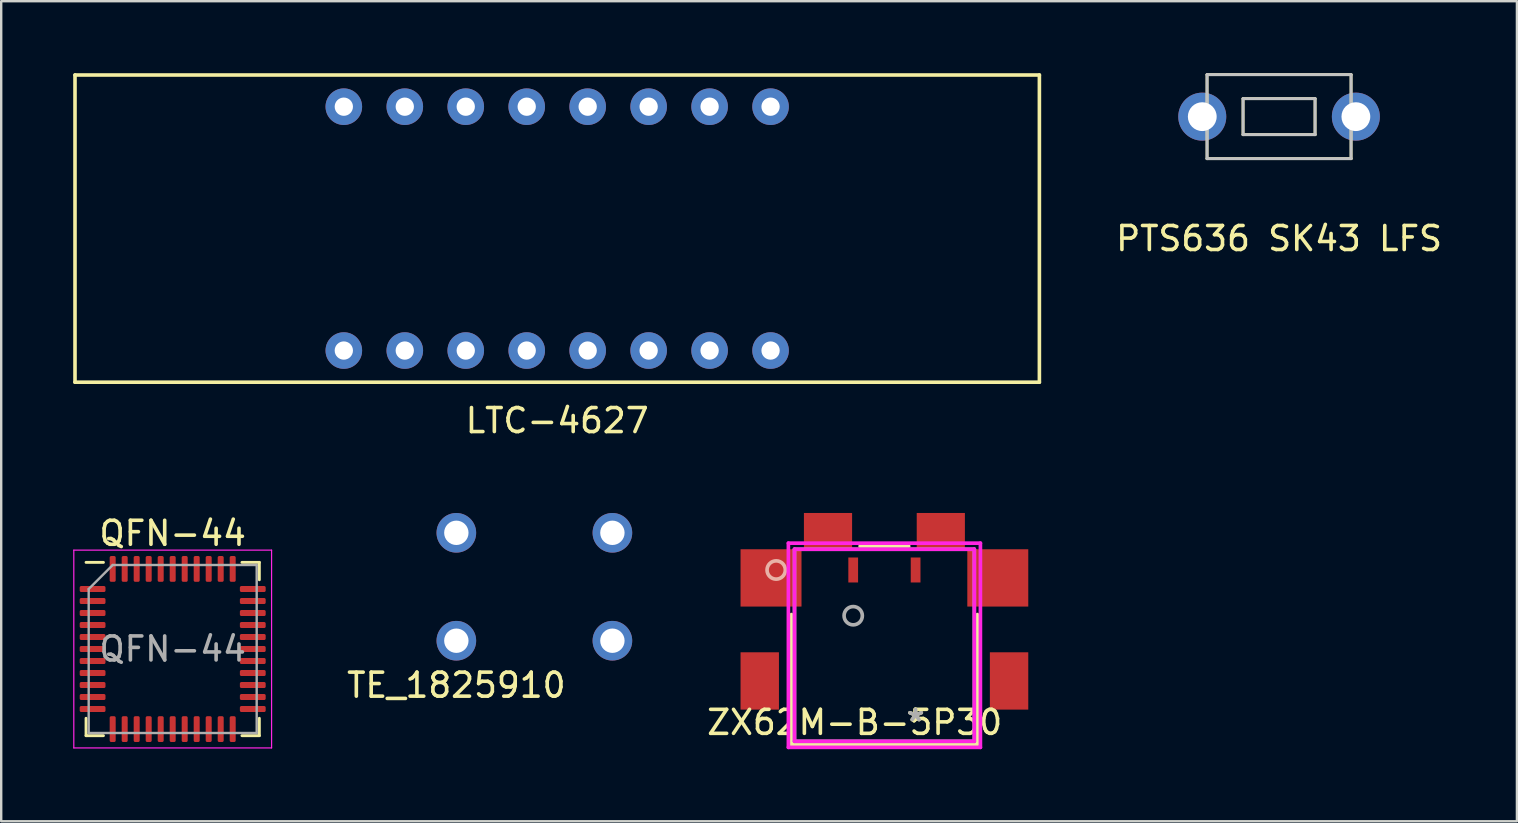
<source format=kicad_pcb>
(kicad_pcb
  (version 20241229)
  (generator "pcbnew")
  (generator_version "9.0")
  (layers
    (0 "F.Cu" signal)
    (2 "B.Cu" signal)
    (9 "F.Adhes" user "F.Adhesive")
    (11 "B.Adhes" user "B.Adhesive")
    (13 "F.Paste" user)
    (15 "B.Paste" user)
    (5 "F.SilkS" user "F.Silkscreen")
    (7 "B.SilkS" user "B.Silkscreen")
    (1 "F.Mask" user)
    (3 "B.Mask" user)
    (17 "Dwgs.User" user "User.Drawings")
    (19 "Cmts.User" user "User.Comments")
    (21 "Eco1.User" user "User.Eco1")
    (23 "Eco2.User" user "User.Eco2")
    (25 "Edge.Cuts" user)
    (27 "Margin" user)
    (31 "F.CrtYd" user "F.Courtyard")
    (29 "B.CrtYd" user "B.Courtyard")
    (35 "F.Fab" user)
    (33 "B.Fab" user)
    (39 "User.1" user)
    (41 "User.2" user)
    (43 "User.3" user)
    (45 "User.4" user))
  (footprint "ZX62M-B-5P30"
    (layer "F.Cu")
    (at 35.098 20.698)
    (property "Reference" "ZX62M-B-5P30" (at -2.54 6.35 0) (layer "F.SilkS") (effects (font (size 1 1) (thickness 0.15))))
    (attr through_hole)
    (fp_line (start -5.173 1.857) (end -5.173 7.264) (stroke (width 0.152) (type solid)) (layer "F.SilkS"))
    (fp_line (start -5.173 7.264) (end 2.574 7.264) (stroke (width 0.152) (type solid)) (layer "F.SilkS"))
    (fp_line (start -0.287 -0.991) (end -2.313 -0.991) (stroke (width 0.152) (type solid)) (layer "F.SilkS"))
    (fp_line (start 2.574 7.264) (end 2.574 1.857) (stroke (width 0.152) (type solid)) (layer "F.SilkS"))
    (fp_circle (center -5.809 0) (end -5.428 0) (stroke (width 0.152) (type solid)) (fill no) (layer "B.SilkS"))
    (fp_line (start -5.301 -1.118) (end -5.301 7.391) (stroke (width 0.152) (type solid)) (layer "F.CrtYd"))
    (fp_line (start -5.301 7.391) (end 2.7 7.391) (stroke (width 0.152) (type solid)) (layer "F.CrtYd"))
    (fp_line (start -5.046 -0.864) (end -5.046 7.137) (stroke (width 0.152) (type solid)) (layer "F.CrtYd"))
    (fp_line (start -5.046 7.137) (end 2.446 7.137) (stroke (width 0.152) (type solid)) (layer "F.CrtYd"))
    (fp_line (start 2.446 -0.864) (end -5.046 -0.864) (stroke (width 0.152) (type solid)) (layer "F.CrtYd"))
    (fp_line (start 2.446 7.137) (end 2.446 -0.864) (stroke (width 0.152) (type solid)) (layer "F.CrtYd"))
    (fp_line (start 2.7 -1.118) (end -5.301 -1.118) (stroke (width 0.152) (type solid)) (layer "F.CrtYd"))
    (fp_line (start 2.7 7.391) (end 2.7 -1.118) (stroke (width 0.152) (type solid)) (layer "F.CrtYd"))
    (fp_line (start -5.046 -0.864) (end -5.046 7.137) (stroke (width 0.152) (type solid)) (layer "F.Fab"))
    (fp_line (start -5.046 7.137) (end 2.446 7.137) (stroke (width 0.152) (type solid)) (layer "F.Fab"))
    (fp_line (start 2.446 -0.864) (end -5.046 -0.864) (stroke (width 0.152) (type solid)) (layer "F.Fab"))
    (fp_line (start 2.446 7.137) (end 2.446 -0.864) (stroke (width 0.152) (type solid)) (layer "F.Fab"))
    (fp_circle (center -2.6 1.905) (end -2.219 1.905) (stroke (width 0.152) (type solid)) (fill no) (layer "F.Fab"))
    (fp_text user "*" (at 0 6.35 0) (layer "F.SilkS") (effects (font (size 1 1) (thickness 0.15))))
    (fp_text user "*" (at 0 6.35 0) (layer "F.Fab") (effects (font (size 1 1) (thickness 0.15))))
    (pad "1" smd rect (at -2.6 0) (size 0.406 1.041) (layers "F.Cu" "F.Mask" "F.Paste"))
    (pad "5" smd rect (at 0 0) (size 0.406 1.041) (layers "F.Cu" "F.Mask" "F.Paste"))
    (pad "6" smd rect (at -3.65 -1.626) (size 2.007 1.499) (layers "F.Cu" "F.Mask" "F.Paste"))
    (pad "7" smd rect (at 1.05 -1.626) (size 2.007 1.499) (layers "F.Cu" "F.Mask" "F.Paste"))
    (pad "8" smd rect (at -6.024 0.33) (size 2.54 2.388) (layers "F.Cu" "F.Mask" "F.Paste"))
    (pad "9" smd rect (at 3.424 0.33) (size 2.54 2.388) (layers "F.Cu" "F.Mask" "F.Paste"))
    (pad "10" smd rect (at -6.494 4.623) (size 1.6 2.388) (layers "F.Cu" "F.Mask" "F.Paste"))
    (pad "11" smd rect (at 3.894 4.623) (size 1.6 2.388) (layers "F.Cu" "F.Mask" "F.Paste")))
  (footprint "PTS636 SK43 LFS"
    (layer "F.Cu")
    (at 50.241 1.81)
    (property "Reference" "PTS636 SK43 LFS" (at 0 5.08 0) (unlocked yes) (layer "F.SilkS") (effects (font (size 1 1) (thickness 0.15))))
    (attr through_hole)
    (fp_line (start -3 -1.75) (end -3 1.75) (stroke (width 0.12) (type solid)) (layer "F.SilkS"))
    (fp_line (start -3 1.75) (end 3 1.75) (stroke (width 0.12) (type solid)) (layer "F.SilkS"))
    (fp_line (start -1.5 -0.75) (end -1.5 0.75) (stroke (width 0.12) (type solid)) (layer "F.SilkS"))
    (fp_line (start -1.5 0.75) (end 1.5 0.75) (stroke (width 0.12) (type solid)) (layer "F.SilkS"))
    (fp_line (start 1.5 -0.75) (end -1.5 -0.75) (stroke (width 0.12) (type solid)) (layer "F.SilkS"))
    (fp_line (start 1.5 0.75) (end 1.5 -0.75) (stroke (width 0.12) (type solid)) (layer "F.SilkS"))
    (fp_line (start 3 -1.75) (end -3 -1.75) (stroke (width 0.12) (type solid)) (layer "F.SilkS"))
    (fp_line (start 3 1.75) (end 3 -1.75) (stroke (width 0.12) (type solid)) (layer "F.SilkS"))
    (fp_line (start -3 -1.75) (end -3 1.75) (stroke (width 0.12) (type solid)) (layer "Dwgs.User"))
    (fp_line (start -3 1.75) (end 3 1.75) (stroke (width 0.12) (type solid)) (layer "Dwgs.User"))
    (fp_line (start -1.5 -0.75) (end -1.5 0.75) (stroke (width 0.12) (type solid)) (layer "Dwgs.User"))
    (fp_line (start -1.5 0.75) (end 1.5 0.75) (stroke (width 0.12) (type solid)) (layer "Dwgs.User"))
    (fp_line (start 1.5 -0.75) (end -1.5 -0.75) (stroke (width 0.12) (type solid)) (layer "Dwgs.User"))
    (fp_line (start 1.5 0.75) (end 1.5 -0.75) (stroke (width 0.12) (type solid)) (layer "Dwgs.User"))
    (fp_line (start 3 -1.75) (end -3 -1.75) (stroke (width 0.12) (type solid)) (layer "Dwgs.User"))
    (fp_line (start 3 1.75) (end 3 -1.75) (stroke (width 0.12) (type solid)) (layer "Dwgs.User"))
    (pad "1" thru_hole circle (at -3.2 0) (size 2 2) (drill 1.2) (layers "*.Cu" "*.Mask"))
    (pad "4" thru_hole circle (at 3.2 0) (size 2 2) (drill 1.2) (layers "*.Cu" "*.Mask")))
  (footprint "TE_1825910"
    (layer "F.Cu")
    (at 15.963 19.149)
    (property "Reference" "TE_1825910" (at 0 6.35 0) (unlocked yes) (layer "F.SilkS") (effects (font (size 1 1) (thickness 0.15))))
    (attr through_hole)
    (pad "1" thru_hole circle (at 0 0) (size 1.651 1.651) (drill 1.016) (layers "*.Cu" "*.Mask"))
    (pad "1" thru_hole circle (at 6.502 0) (size 1.651 1.651) (drill 1.016) (layers "*.Cu" "*.Mask"))
    (pad "2" thru_hole circle (at 0 4.496) (size 1.651 1.651) (drill 1.016) (layers "*.Cu" "*.Mask"))
    (pad "2" thru_hole circle (at 6.502 4.496) (size 1.651 1.651) (drill 1.016) (layers "*.Cu" "*.Mask")))
  (footprint "LTC-4627"
    (layer "F.Cu")
    (at 20.165 6.475)
    (property "Reference" "LTC-4627" (at 0 8 0) (unlocked yes) (layer "F.SilkS") (effects (font (size 1 1) (thickness 0.15))))
    (attr through_hole)
    (fp_line (start -20.09 -6.4) (end -20.09 6.4) (stroke (width 0.15) (type solid)) (layer "F.SilkS"))
    (fp_line (start -20.09 6.4) (end 20.09 6.4) (stroke (width 0.15) (type solid)) (layer "F.SilkS"))
    (fp_line (start 20.09 -6.4) (end -20.09 -6.4) (stroke (width 0.15) (type solid)) (layer "F.SilkS"))
    (fp_line (start 20.09 -6.4) (end 20.09 6.4) (stroke (width 0.15) (type solid)) (layer "F.SilkS"))
    (pad "1" thru_hole circle (at -8.89 5.08) (size 1.524 1.524) (drill 0.762) (layers "*.Cu" "*.Mask"))
    (pad "2" thru_hole circle (at -6.35 5.08) (size 1.524 1.524) (drill 0.762) (layers "*.Cu" "*.Mask"))
    (pad "3" thru_hole circle (at -3.81 5.08) (size 1.524 1.524) (drill 0.762) (layers "*.Cu" "*.Mask"))
    (pad "4" thru_hole circle (at -1.27 5.08) (size 1.524 1.524) (drill 0.762) (layers "*.Cu" "*.Mask"))
    (pad "5" thru_hole circle (at 1.27 5.08) (size 1.524 1.524) (drill 0.762) (layers "*.Cu" "*.Mask"))
    (pad "6" thru_hole circle (at 3.81 5.08) (size 1.524 1.524) (drill 0.762) (layers "*.Cu" "*.Mask"))
    (pad "7" thru_hole circle (at 6.35 5.08) (size 1.524 1.524) (drill 0.762) (layers "*.Cu" "*.Mask"))
    (pad "8" thru_hole circle (at 8.89 5.08) (size 1.524 1.524) (drill 0.762) (layers "*.Cu" "*.Mask"))
    (pad "9" thru_hole circle (at 8.89 -5.08) (size 1.524 1.524) (drill 0.762) (layers "*.Cu" "*.Mask"))
    (pad "10" thru_hole circle (at 6.35 -5.08) (size 1.524 1.524) (drill 0.762) (layers "*.Cu" "*.Mask"))
    (pad "11" thru_hole circle (at 3.81 -5.08) (size 1.524 1.524) (drill 0.762) (layers "*.Cu" "*.Mask"))
    (pad "12" thru_hole circle (at 1.27 -5.08) (size 1.524 1.524) (drill 0.762) (layers "*.Cu" "*.Mask"))
    (pad "13" thru_hole circle (at -1.27 -5.08) (size 1.524 1.524) (drill 0.762) (layers "*.Cu" "*.Mask"))
    (pad "14" thru_hole circle (at -3.81 -5.08) (size 1.524 1.524) (drill 0.762) (layers "*.Cu" "*.Mask"))
    (pad "15" thru_hole circle (at -6.35 -5.08) (size 1.524 1.524) (drill 0.762) (layers "*.Cu" "*.Mask"))
    (pad "16" thru_hole circle (at -8.89 -5.08) (size 1.524 1.524) (drill 0.762) (layers "*.Cu" "*.Mask")))
  (footprint "QFN-44"
    (layer "F.Cu")
    (at 4.145 23.991)
    (property "Reference" "QFN-44" (at 0 -4.82 0) (layer "F.SilkS") (effects (font (size 1 1) (thickness 0.15))))
    (attr smd)
    (fp_line (start -3.61 3.61) (end -3.61 2.885) (stroke (width 0.12) (type solid)) (layer "F.SilkS"))
    (fp_line (start -2.885 -3.61) (end -3.61 -3.61) (stroke (width 0.12) (type solid)) (layer "F.SilkS"))
    (fp_line (start -2.885 3.61) (end -3.61 3.61) (stroke (width 0.12) (type solid)) (layer "F.SilkS"))
    (fp_line (start 2.885 -3.61) (end 3.61 -3.61) (stroke (width 0.12) (type solid)) (layer "F.SilkS"))
    (fp_line (start 2.885 3.61) (end 3.61 3.61) (stroke (width 0.12) (type solid)) (layer "F.SilkS"))
    (fp_line (start 3.61 -3.61) (end 3.61 -2.885) (stroke (width 0.12) (type solid)) (layer "F.SilkS"))
    (fp_line (start 3.61 3.61) (end 3.61 2.885) (stroke (width 0.12) (type solid)) (layer "F.SilkS"))
    (fp_line (start -4.12 -4.12) (end -4.12 4.12) (stroke (width 0.05) (type solid)) (layer "F.CrtYd"))
    (fp_line (start -4.12 4.12) (end 4.12 4.12) (stroke (width 0.05) (type solid)) (layer "F.CrtYd"))
    (fp_line (start 4.12 -4.12) (end -4.12 -4.12) (stroke (width 0.05) (type solid)) (layer "F.CrtYd"))
    (fp_line (start 4.12 4.12) (end 4.12 -4.12) (stroke (width 0.05) (type solid)) (layer "F.CrtYd"))
    (fp_line (start -3.5 -2.5) (end -2.5 -3.5) (stroke (width 0.1) (type solid)) (layer "F.Fab"))
    (fp_line (start -3.5 3.5) (end -3.5 -2.5) (stroke (width 0.1) (type solid)) (layer "F.Fab"))
    (fp_line (start -2.5 -3.5) (end 3.5 -3.5) (stroke (width 0.1) (type solid)) (layer "F.Fab"))
    (fp_line (start 3.5 -3.5) (end 3.5 3.5) (stroke (width 0.1) (type solid)) (layer "F.Fab"))
    (fp_line (start 3.5 3.5) (end -3.5 3.5) (stroke (width 0.1) (type solid)) (layer "F.Fab"))
    (fp_text user "${REFERENCE}" (at 0 0 0) (layer "F.Fab") (effects (font (size 1 1) (thickness 0.15))))
    (pad "1" smd roundrect (at -3.337 -2.5) (size 1.075 0.25) (layers "F.Cu" "F.Mask" "F.Paste") (roundrect_rratio 0.25))
    (pad "2" smd roundrect (at -3.337 -2) (size 1.075 0.25) (layers "F.Cu" "F.Mask" "F.Paste") (roundrect_rratio 0.25))
    (pad "3" smd roundrect (at -3.337 -1.5) (size 1.075 0.25) (layers "F.Cu" "F.Mask" "F.Paste") (roundrect_rratio 0.25))
    (pad "4" smd roundrect (at -3.337 -1) (size 1.075 0.25) (layers "F.Cu" "F.Mask" "F.Paste") (roundrect_rratio 0.25))
    (pad "5" smd roundrect (at -3.337 -0.5) (size 1.075 0.25) (layers "F.Cu" "F.Mask" "F.Paste") (roundrect_rratio 0.25))
    (pad "6" smd roundrect (at -3.337 0) (size 1.075 0.25) (layers "F.Cu" "F.Mask" "F.Paste") (roundrect_rratio 0.25))
    (pad "7" smd roundrect (at -3.337 0.5) (size 1.075 0.25) (layers "F.Cu" "F.Mask" "F.Paste") (roundrect_rratio 0.25))
    (pad "8" smd roundrect (at -3.337 1) (size 1.075 0.25) (layers "F.Cu" "F.Mask" "F.Paste") (roundrect_rratio 0.25))
    (pad "9" smd roundrect (at -3.337 1.5) (size 1.075 0.25) (layers "F.Cu" "F.Mask" "F.Paste") (roundrect_rratio 0.25))
    (pad "10" smd roundrect (at -3.337 2) (size 1.075 0.25) (layers "F.Cu" "F.Mask" "F.Paste") (roundrect_rratio 0.25))
    (pad "11" smd roundrect (at -3.337 2.5) (size 1.075 0.25) (layers "F.Cu" "F.Mask" "F.Paste") (roundrect_rratio 0.25))
    (pad "12" smd roundrect (at -2.5 3.337) (size 0.25 1.075) (layers "F.Cu" "F.Mask" "F.Paste") (roundrect_rratio 0.25))
    (pad "13" smd roundrect (at -2 3.337) (size 0.25 1.075) (layers "F.Cu" "F.Mask" "F.Paste") (roundrect_rratio 0.25))
    (pad "14" smd roundrect (at -1.5 3.337) (size 0.25 1.075) (layers "F.Cu" "F.Mask" "F.Paste") (roundrect_rratio 0.25))
    (pad "15" smd roundrect (at -1 3.337) (size 0.25 1.075) (layers "F.Cu" "F.Mask" "F.Paste") (roundrect_rratio 0.25))
    (pad "16" smd roundrect (at -0.5 3.337) (size 0.25 1.075) (layers "F.Cu" "F.Mask" "F.Paste") (roundrect_rratio 0.25))
    (pad "17" smd roundrect (at 0 3.337) (size 0.25 1.075) (layers "F.Cu" "F.Mask" "F.Paste") (roundrect_rratio 0.25))
    (pad "18" smd roundrect (at 0.5 3.337) (size 0.25 1.075) (layers "F.Cu" "F.Mask" "F.Paste") (roundrect_rratio 0.25))
    (pad "19" smd roundrect (at 1 3.337) (size 0.25 1.075) (layers "F.Cu" "F.Mask" "F.Paste") (roundrect_rratio 0.25))
    (pad "20" smd roundrect (at 1.5 3.337) (size 0.25 1.075) (layers "F.Cu" "F.Mask" "F.Paste") (roundrect_rratio 0.25))
    (pad "21" smd roundrect (at 2 3.337) (size 0.25 1.075) (layers "F.Cu" "F.Mask" "F.Paste") (roundrect_rratio 0.25))
    (pad "22" smd roundrect (at 2.5 3.337) (size 0.25 1.075) (layers "F.Cu" "F.Mask" "F.Paste") (roundrect_rratio 0.25))
    (pad "23" smd roundrect (at 3.337 2.5) (size 1.075 0.25) (layers "F.Cu" "F.Mask" "F.Paste") (roundrect_rratio 0.25))
    (pad "24" smd roundrect (at 3.337 2) (size 1.075 0.25) (layers "F.Cu" "F.Mask" "F.Paste") (roundrect_rratio 0.25))
    (pad "25" smd roundrect (at 3.337 1.5) (size 1.075 0.25) (layers "F.Cu" "F.Mask" "F.Paste") (roundrect_rratio 0.25))
    (pad "26" smd roundrect (at 3.337 1) (size 1.075 0.25) (layers "F.Cu" "F.Mask" "F.Paste") (roundrect_rratio 0.25))
    (pad "27" smd roundrect (at 3.337 0.5) (size 1.075 0.25) (layers "F.Cu" "F.Mask" "F.Paste") (roundrect_rratio 0.25))
    (pad "28" smd roundrect (at 3.337 0) (size 1.075 0.25) (layers "F.Cu" "F.Mask" "F.Paste") (roundrect_rratio 0.25))
    (pad "29" smd roundrect (at 3.337 -0.5) (size 1.075 0.25) (layers "F.Cu" "F.Mask" "F.Paste") (roundrect_rratio 0.25))
    (pad "30" smd roundrect (at 3.337 -1) (size 1.075 0.25) (layers "F.Cu" "F.Mask" "F.Paste") (roundrect_rratio 0.25))
    (pad "31" smd roundrect (at 3.337 -1.5) (size 1.075 0.25) (layers "F.Cu" "F.Mask" "F.Paste") (roundrect_rratio 0.25))
    (pad "32" smd roundrect (at 3.337 -2) (size 1.075 0.25) (layers "F.Cu" "F.Mask" "F.Paste") (roundrect_rratio 0.25))
    (pad "33" smd roundrect (at 3.337 -2.5) (size 1.075 0.25) (layers "F.Cu" "F.Mask" "F.Paste") (roundrect_rratio 0.25))
    (pad "34" smd roundrect (at 2.5 -3.337) (size 0.25 1.075) (layers "F.Cu" "F.Mask" "F.Paste") (roundrect_rratio 0.25))
    (pad "35" smd roundrect (at 2 -3.337) (size 0.25 1.075) (layers "F.Cu" "F.Mask" "F.Paste") (roundrect_rratio 0.25))
    (pad "36" smd roundrect (at 1.5 -3.337) (size 0.25 1.075) (layers "F.Cu" "F.Mask" "F.Paste") (roundrect_rratio 0.25))
    (pad "37" smd roundrect (at 1 -3.337) (size 0.25 1.075) (layers "F.Cu" "F.Mask" "F.Paste") (roundrect_rratio 0.25))
    (pad "38" smd roundrect (at 0.5 -3.337) (size 0.25 1.075) (layers "F.Cu" "F.Mask" "F.Paste") (roundrect_rratio 0.25))
    (pad "39" smd roundrect (at 0 -3.337) (size 0.25 1.075) (layers "F.Cu" "F.Mask" "F.Paste") (roundrect_rratio 0.25))
    (pad "40" smd roundrect (at -0.5 -3.337) (size 0.25 1.075) (layers "F.Cu" "F.Mask" "F.Paste") (roundrect_rratio 0.25))
    (pad "41" smd roundrect (at -1 -3.337) (size 0.25 1.075) (layers "F.Cu" "F.Mask" "F.Paste") (roundrect_rratio 0.25))
    (pad "42" smd roundrect (at -1.5 -3.337) (size 0.25 1.075) (layers "F.Cu" "F.Mask" "F.Paste") (roundrect_rratio 0.25))
    (pad "43" smd roundrect (at -2 -3.337) (size 0.25 1.075) (layers "F.Cu" "F.Mask" "F.Paste") (roundrect_rratio 0.25))
    (pad "44" smd roundrect (at -2.5 -3.337) (size 0.25 1.075) (layers "F.Cu" "F.Mask" "F.Paste") (roundrect_rratio 0.25)))
  (gr_rect
    (start -3 -3)
    (end 60.151 31.166)
    (stroke (width 0.1) (type default))
    (fill no)
    (layer "Edge.Cuts")))
</source>
